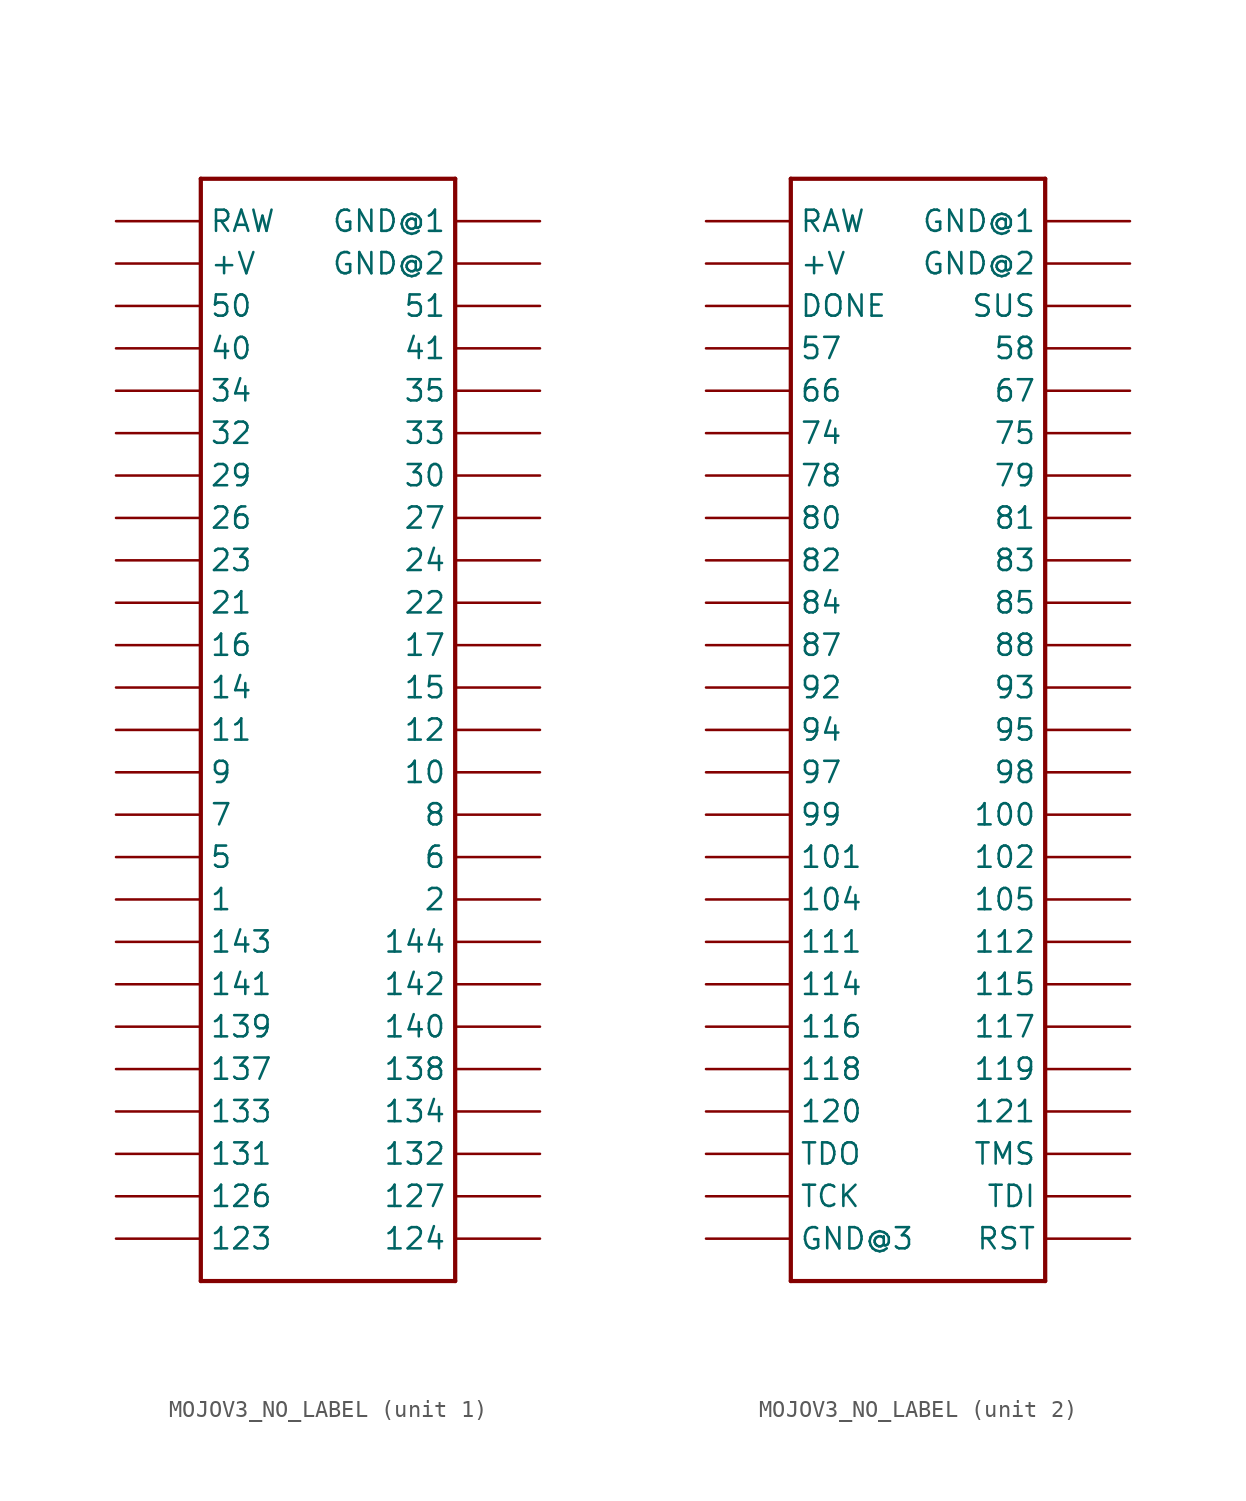
<source format=kicad_sym>
(kicad_symbol_lib
  (version 20231120)
  (generator "kicad_symbol_editor")
  (generator_version "8.0")
  (symbol "MOJOV3_NO_LABEL"
    (property "Reference" ""
      (at 0 0 0)
      (effects (font (size 1.27 1.27)) (hide yes)))
    (property "ki_locked" ""
      (at 0 0 0)
      (effects (font (size 1.27 1.27))))
    (symbol "MOJOV3_NO_LABEL_1_0"
      (polyline (pts (xy -7.62 -33.02) (xy -7.62 33.02)) (stroke (width 0.254) (type solid)) (fill (type none)))
      (polyline (pts (xy -7.62 33.02) (xy 7.62 33.02)) (stroke (width 0.254) (type solid)) (fill (type none)))
      (polyline (pts (xy 7.62 -33.02) (xy -7.62 -33.02)) (stroke (width 0.254) (type solid)) (fill (type none)))
      (polyline (pts (xy 7.62 33.02) (xy 7.62 -33.02)) (stroke (width 0.254) (type solid)) (fill (type none)))
      (pin bidirectional line (at -12.7 -10.16 0) (length 5.08) (name "1" (effects (font (size 1.27 1.27)))) (number "1" (effects (font (size 0 0)))))
      (pin bidirectional line (at 12.7 -2.54 180) (length 5.08) (name "10" (effects (font (size 1.27 1.27)))) (number "10" (effects (font (size 0 0)))))
      (pin bidirectional line (at -12.7 0 0) (length 5.08) (name "11" (effects (font (size 1.27 1.27)))) (number "11" (effects (font (size 0 0)))))
      (pin bidirectional line (at 12.7 0 180) (length 5.08) (name "12" (effects (font (size 1.27 1.27)))) (number "12" (effects (font (size 0 0)))))
      (pin bidirectional line (at -12.7 -30.48 0) (length 5.08) (name "123" (effects (font (size 1.27 1.27)))) (number "123" (effects (font (size 0 0)))))
      (pin bidirectional line (at 12.7 -30.48 180) (length 5.08) (name "124" (effects (font (size 1.27 1.27)))) (number "124" (effects (font (size 0 0)))))
      (pin bidirectional line (at -12.7 -27.94 0) (length 5.08) (name "126" (effects (font (size 1.27 1.27)))) (number "126" (effects (font (size 0 0)))))
      (pin bidirectional line (at 12.7 -27.94 180) (length 5.08) (name "127" (effects (font (size 1.27 1.27)))) (number "127" (effects (font (size 0 0)))))
      (pin bidirectional line (at -12.7 -25.4 0) (length 5.08) (name "131" (effects (font (size 1.27 1.27)))) (number "131" (effects (font (size 0 0)))))
      (pin bidirectional line (at 12.7 -25.4 180) (length 5.08) (name "132" (effects (font (size 1.27 1.27)))) (number "132" (effects (font (size 0 0)))))
      (pin bidirectional line (at -12.7 -22.86 0) (length 5.08) (name "133" (effects (font (size 1.27 1.27)))) (number "133" (effects (font (size 0 0)))))
      (pin bidirectional line (at 12.7 -22.86 180) (length 5.08) (name "134" (effects (font (size 1.27 1.27)))) (number "134" (effects (font (size 0 0)))))
      (pin bidirectional line (at -12.7 -20.32 0) (length 5.08) (name "137" (effects (font (size 1.27 1.27)))) (number "137" (effects (font (size 0 0)))))
      (pin bidirectional line (at 12.7 -20.32 180) (length 5.08) (name "138" (effects (font (size 1.27 1.27)))) (number "138" (effects (font (size 0 0)))))
      (pin bidirectional line (at -12.7 -17.78 0) (length 5.08) (name "139" (effects (font (size 1.27 1.27)))) (number "139" (effects (font (size 0 0)))))
      (pin bidirectional line (at -12.7 2.54 0) (length 5.08) (name "14" (effects (font (size 1.27 1.27)))) (number "14" (effects (font (size 0 0)))))
      (pin bidirectional line (at 12.7 -17.78 180) (length 5.08) (name "140" (effects (font (size 1.27 1.27)))) (number "140" (effects (font (size 0 0)))))
      (pin bidirectional line (at -12.7 -15.24 0) (length 5.08) (name "141" (effects (font (size 1.27 1.27)))) (number "141" (effects (font (size 0 0)))))
      (pin bidirectional line (at 12.7 -15.24 180) (length 5.08) (name "142" (effects (font (size 1.27 1.27)))) (number "142" (effects (font (size 0 0)))))
      (pin bidirectional line (at -12.7 -12.7 0) (length 5.08) (name "143" (effects (font (size 1.27 1.27)))) (number "143" (effects (font (size 0 0)))))
      (pin bidirectional line (at 12.7 -12.7 180) (length 5.08) (name "144" (effects (font (size 1.27 1.27)))) (number "144" (effects (font (size 0 0)))))
      (pin bidirectional line (at 12.7 2.54 180) (length 5.08) (name "15" (effects (font (size 1.27 1.27)))) (number "15" (effects (font (size 0 0)))))
      (pin bidirectional line (at -12.7 5.08 0) (length 5.08) (name "16" (effects (font (size 1.27 1.27)))) (number "16" (effects (font (size 0 0)))))
      (pin bidirectional line (at 12.7 5.08 180) (length 5.08) (name "17" (effects (font (size 1.27 1.27)))) (number "17" (effects (font (size 0 0)))))
      (pin bidirectional line (at 12.7 -10.16 180) (length 5.08) (name "2" (effects (font (size 1.27 1.27)))) (number "2" (effects (font (size 0 0)))))
      (pin bidirectional line (at -12.7 7.62 0) (length 5.08) (name "21" (effects (font (size 1.27 1.27)))) (number "21" (effects (font (size 0 0)))))
      (pin bidirectional line (at 12.7 7.62 180) (length 5.08) (name "22" (effects (font (size 1.27 1.27)))) (number "22" (effects (font (size 0 0)))))
      (pin bidirectional line (at -12.7 10.16 0) (length 5.08) (name "23" (effects (font (size 1.27 1.27)))) (number "23" (effects (font (size 0 0)))))
      (pin bidirectional line (at 12.7 10.16 180) (length 5.08) (name "24" (effects (font (size 1.27 1.27)))) (number "24" (effects (font (size 0 0)))))
      (pin bidirectional line (at -12.7 12.7 0) (length 5.08) (name "26" (effects (font (size 1.27 1.27)))) (number "26" (effects (font (size 0 0)))))
      (pin bidirectional line (at 12.7 12.7 180) (length 5.08) (name "27" (effects (font (size 1.27 1.27)))) (number "27" (effects (font (size 0 0)))))
      (pin bidirectional line (at -12.7 15.24 0) (length 5.08) (name "29" (effects (font (size 1.27 1.27)))) (number "29" (effects (font (size 0 0)))))
      (pin bidirectional line (at 12.7 15.24 180) (length 5.08) (name "30" (effects (font (size 1.27 1.27)))) (number "30" (effects (font (size 0 0)))))
      (pin bidirectional line (at -12.7 17.78 0) (length 5.08) (name "32" (effects (font (size 1.27 1.27)))) (number "32" (effects (font (size 0 0)))))
      (pin bidirectional line (at 12.7 17.78 180) (length 5.08) (name "33" (effects (font (size 1.27 1.27)))) (number "33" (effects (font (size 0 0)))))
      (pin bidirectional line (at -12.7 20.32 0) (length 5.08) (name "34" (effects (font (size 1.27 1.27)))) (number "34" (effects (font (size 0 0)))))
      (pin bidirectional line (at 12.7 20.32 180) (length 5.08) (name "35" (effects (font (size 1.27 1.27)))) (number "35" (effects (font (size 0 0)))))
      (pin bidirectional line (at -12.7 22.86 0) (length 5.08) (name "40" (effects (font (size 1.27 1.27)))) (number "40" (effects (font (size 0 0)))))
      (pin bidirectional line (at 12.7 22.86 180) (length 5.08) (name "41" (effects (font (size 1.27 1.27)))) (number "41" (effects (font (size 0 0)))))
      (pin bidirectional line (at -12.7 -7.62 0) (length 5.08) (name "5" (effects (font (size 1.27 1.27)))) (number "5" (effects (font (size 0 0)))))
      (pin bidirectional line (at -12.7 25.4 0) (length 5.08) (name "50" (effects (font (size 1.27 1.27)))) (number "50" (effects (font (size 0 0)))))
      (pin bidirectional line (at 12.7 25.4 180) (length 5.08) (name "51" (effects (font (size 1.27 1.27)))) (number "51" (effects (font (size 0 0)))))
      (pin bidirectional line (at 12.7 -7.62 180) (length 5.08) (name "6" (effects (font (size 1.27 1.27)))) (number "6" (effects (font (size 0 0)))))
      (pin bidirectional line (at -12.7 -5.08 0) (length 5.08) (name "7" (effects (font (size 1.27 1.27)))) (number "7" (effects (font (size 0 0)))))
      (pin bidirectional line (at 12.7 -5.08 180) (length 5.08) (name "8" (effects (font (size 1.27 1.27)))) (number "8" (effects (font (size 0 0)))))
      (pin bidirectional line (at -12.7 -2.54 0) (length 5.08) (name "9" (effects (font (size 1.27 1.27)))) (number "9" (effects (font (size 0 0)))))
      (pin power_in line (at 12.7 30.48 180) (length 5.08) (name "GND@1" (effects (font (size 1.27 1.27)))) (number "GND@1" (effects (font (size 0 0)))))
      (pin power_in line (at 12.7 27.94 180) (length 5.08) (name "GND@2" (effects (font (size 1.27 1.27)))) (number "GND@2" (effects (font (size 0 0)))))
      (pin power_in line (at -12.7 30.48 0) (length 5.08) (name "RAW" (effects (font (size 1.27 1.27)))) (number "RAW@1" (effects (font (size 0 0)))))
      (pin power_in line (at -12.7 27.94 0) (length 5.08) (name "+V" (effects (font (size 1.27 1.27)))) (number "V@1" (effects (font (size 0 0))))))
    (symbol "MOJOV3_NO_LABEL_2_0"
      (polyline (pts (xy -7.62 -33.02) (xy -7.62 33.02)) (stroke (width 0.254) (type solid)) (fill (type none)))
      (polyline (pts (xy -7.62 33.02) (xy 7.62 33.02)) (stroke (width 0.254) (type solid)) (fill (type none)))
      (polyline (pts (xy 7.62 -33.02) (xy -7.62 -33.02)) (stroke (width 0.254) (type solid)) (fill (type none)))
      (polyline (pts (xy 7.62 33.02) (xy 7.62 -33.02)) (stroke (width 0.254) (type solid)) (fill (type none)))
      (pin bidirectional line (at 12.7 -5.08 180) (length 5.08) (name "100" (effects (font (size 1.27 1.27)))) (number "100" (effects (font (size 0 0)))))
      (pin bidirectional line (at -12.7 -7.62 0) (length 5.08) (name "101" (effects (font (size 1.27 1.27)))) (number "101" (effects (font (size 0 0)))))
      (pin bidirectional line (at 12.7 -7.62 180) (length 5.08) (name "102" (effects (font (size 1.27 1.27)))) (number "102" (effects (font (size 0 0)))))
      (pin bidirectional line (at -12.7 -10.16 0) (length 5.08) (name "104" (effects (font (size 1.27 1.27)))) (number "104" (effects (font (size 0 0)))))
      (pin bidirectional line (at 12.7 -10.16 180) (length 5.08) (name "105" (effects (font (size 1.27 1.27)))) (number "105" (effects (font (size 0 0)))))
      (pin bidirectional line (at -12.7 -12.7 0) (length 5.08) (name "111" (effects (font (size 1.27 1.27)))) (number "111" (effects (font (size 0 0)))))
      (pin bidirectional line (at 12.7 -12.7 180) (length 5.08) (name "112" (effects (font (size 1.27 1.27)))) (number "112" (effects (font (size 0 0)))))
      (pin bidirectional line (at -12.7 -15.24 0) (length 5.08) (name "114" (effects (font (size 1.27 1.27)))) (number "114" (effects (font (size 0 0)))))
      (pin bidirectional line (at 12.7 -15.24 180) (length 5.08) (name "115" (effects (font (size 1.27 1.27)))) (number "115" (effects (font (size 0 0)))))
      (pin bidirectional line (at -12.7 -17.78 0) (length 5.08) (name "116" (effects (font (size 1.27 1.27)))) (number "116" (effects (font (size 0 0)))))
      (pin bidirectional line (at 12.7 -17.78 180) (length 5.08) (name "117" (effects (font (size 1.27 1.27)))) (number "117" (effects (font (size 0 0)))))
      (pin bidirectional line (at -12.7 -20.32 0) (length 5.08) (name "118" (effects (font (size 1.27 1.27)))) (number "118" (effects (font (size 0 0)))))
      (pin bidirectional line (at 12.7 -20.32 180) (length 5.08) (name "119" (effects (font (size 1.27 1.27)))) (number "119" (effects (font (size 0 0)))))
      (pin bidirectional line (at -12.7 -22.86 0) (length 5.08) (name "120" (effects (font (size 1.27 1.27)))) (number "120" (effects (font (size 0 0)))))
      (pin bidirectional line (at 12.7 -22.86 180) (length 5.08) (name "121" (effects (font (size 1.27 1.27)))) (number "121" (effects (font (size 0 0)))))
      (pin bidirectional line (at -12.7 22.86 0) (length 5.08) (name "57" (effects (font (size 1.27 1.27)))) (number "57" (effects (font (size 0 0)))))
      (pin bidirectional line (at 12.7 22.86 180) (length 5.08) (name "58" (effects (font (size 1.27 1.27)))) (number "58" (effects (font (size 0 0)))))
      (pin bidirectional line (at -12.7 20.32 0) (length 5.08) (name "66" (effects (font (size 1.27 1.27)))) (number "66" (effects (font (size 0 0)))))
      (pin bidirectional line (at 12.7 20.32 180) (length 5.08) (name "67" (effects (font (size 1.27 1.27)))) (number "67" (effects (font (size 0 0)))))
      (pin bidirectional line (at -12.7 17.78 0) (length 5.08) (name "74" (effects (font (size 1.27 1.27)))) (number "74" (effects (font (size 0 0)))))
      (pin bidirectional line (at 12.7 17.78 180) (length 5.08) (name "75" (effects (font (size 1.27 1.27)))) (number "75" (effects (font (size 0 0)))))
      (pin bidirectional line (at -12.7 15.24 0) (length 5.08) (name "78" (effects (font (size 1.27 1.27)))) (number "78" (effects (font (size 0 0)))))
      (pin bidirectional line (at 12.7 15.24 180) (length 5.08) (name "79" (effects (font (size 1.27 1.27)))) (number "79" (effects (font (size 0 0)))))
      (pin bidirectional line (at -12.7 12.7 0) (length 5.08) (name "80" (effects (font (size 1.27 1.27)))) (number "80" (effects (font (size 0 0)))))
      (pin bidirectional line (at 12.7 12.7 180) (length 5.08) (name "81" (effects (font (size 1.27 1.27)))) (number "81" (effects (font (size 0 0)))))
      (pin bidirectional line (at -12.7 10.16 0) (length 5.08) (name "82" (effects (font (size 1.27 1.27)))) (number "82" (effects (font (size 0 0)))))
      (pin bidirectional line (at 12.7 10.16 180) (length 5.08) (name "83" (effects (font (size 1.27 1.27)))) (number "83" (effects (font (size 0 0)))))
      (pin bidirectional line (at -12.7 7.62 0) (length 5.08) (name "84" (effects (font (size 1.27 1.27)))) (number "84" (effects (font (size 0 0)))))
      (pin bidirectional line (at 12.7 7.62 180) (length 5.08) (name "85" (effects (font (size 1.27 1.27)))) (number "85" (effects (font (size 0 0)))))
      (pin bidirectional line (at -12.7 5.08 0) (length 5.08) (name "87" (effects (font (size 1.27 1.27)))) (number "87" (effects (font (size 0 0)))))
      (pin bidirectional line (at 12.7 5.08 180) (length 5.08) (name "88" (effects (font (size 1.27 1.27)))) (number "88" (effects (font (size 0 0)))))
      (pin bidirectional line (at -12.7 2.54 0) (length 5.08) (name "92" (effects (font (size 1.27 1.27)))) (number "92" (effects (font (size 0 0)))))
      (pin bidirectional line (at 12.7 2.54 180) (length 5.08) (name "93" (effects (font (size 1.27 1.27)))) (number "93" (effects (font (size 0 0)))))
      (pin bidirectional line (at -12.7 0 0) (length 5.08) (name "94" (effects (font (size 1.27 1.27)))) (number "94" (effects (font (size 0 0)))))
      (pin bidirectional line (at 12.7 0 180) (length 5.08) (name "95" (effects (font (size 1.27 1.27)))) (number "95" (effects (font (size 0 0)))))
      (pin bidirectional line (at -12.7 -2.54 0) (length 5.08) (name "97" (effects (font (size 1.27 1.27)))) (number "97" (effects (font (size 0 0)))))
      (pin bidirectional line (at 12.7 -2.54 180) (length 5.08) (name "98" (effects (font (size 1.27 1.27)))) (number "98" (effects (font (size 0 0)))))
      (pin bidirectional line (at -12.7 -5.08 0) (length 5.08) (name "99" (effects (font (size 1.27 1.27)))) (number "99" (effects (font (size 0 0)))))
      (pin bidirectional line (at -12.7 25.4 0) (length 5.08) (name "DONE" (effects (font (size 1.27 1.27)))) (number "DONE" (effects (font (size 0 0)))))
      (pin power_in line (at 12.7 30.48 180) (length 5.08) (name "GND@1" (effects (font (size 1.27 1.27)))) (number "GND@3" (effects (font (size 0 0)))))
      (pin power_in line (at 12.7 27.94 180) (length 5.08) (name "GND@2" (effects (font (size 1.27 1.27)))) (number "GND@4" (effects (font (size 0 0)))))
      (pin power_in line (at -12.7 -30.48 0) (length 5.08) (name "GND@3" (effects (font (size 1.27 1.27)))) (number "GND@6" (effects (font (size 0 0)))))
      (pin power_in line (at -12.7 30.48 0) (length 5.08) (name "RAW" (effects (font (size 1.27 1.27)))) (number "RAW@2" (effects (font (size 0 0)))))
      (pin input line (at 12.7 -30.48 180) (length 5.08) (name "RST" (effects (font (size 1.27 1.27)))) (number "RST" (effects (font (size 0 0)))))
      (pin input line (at 12.7 25.4 180) (length 5.08) (name "SUS" (effects (font (size 1.27 1.27)))) (number "SUS" (effects (font (size 0 0)))))
      (pin input line (at -12.7 -27.94 0) (length 5.08) (name "TCK" (effects (font (size 1.27 1.27)))) (number "TCK" (effects (font (size 0 0)))))
      (pin input line (at 12.7 -27.94 180) (length 5.08) (name "TDI" (effects (font (size 1.27 1.27)))) (number "TDI" (effects (font (size 0 0)))))
      (pin output line (at -12.7 -25.4 0) (length 5.08) (name "TDO" (effects (font (size 1.27 1.27)))) (number "TDO" (effects (font (size 0 0)))))
      (pin input line (at 12.7 -25.4 180) (length 5.08) (name "TMS" (effects (font (size 1.27 1.27)))) (number "TMS" (effects (font (size 0 0)))))
      (pin power_in line (at -12.7 27.94 0) (length 5.08) (name "+V" (effects (font (size 1.27 1.27)))) (number "V@2" (effects (font (size 0 0))))))))
</source>
